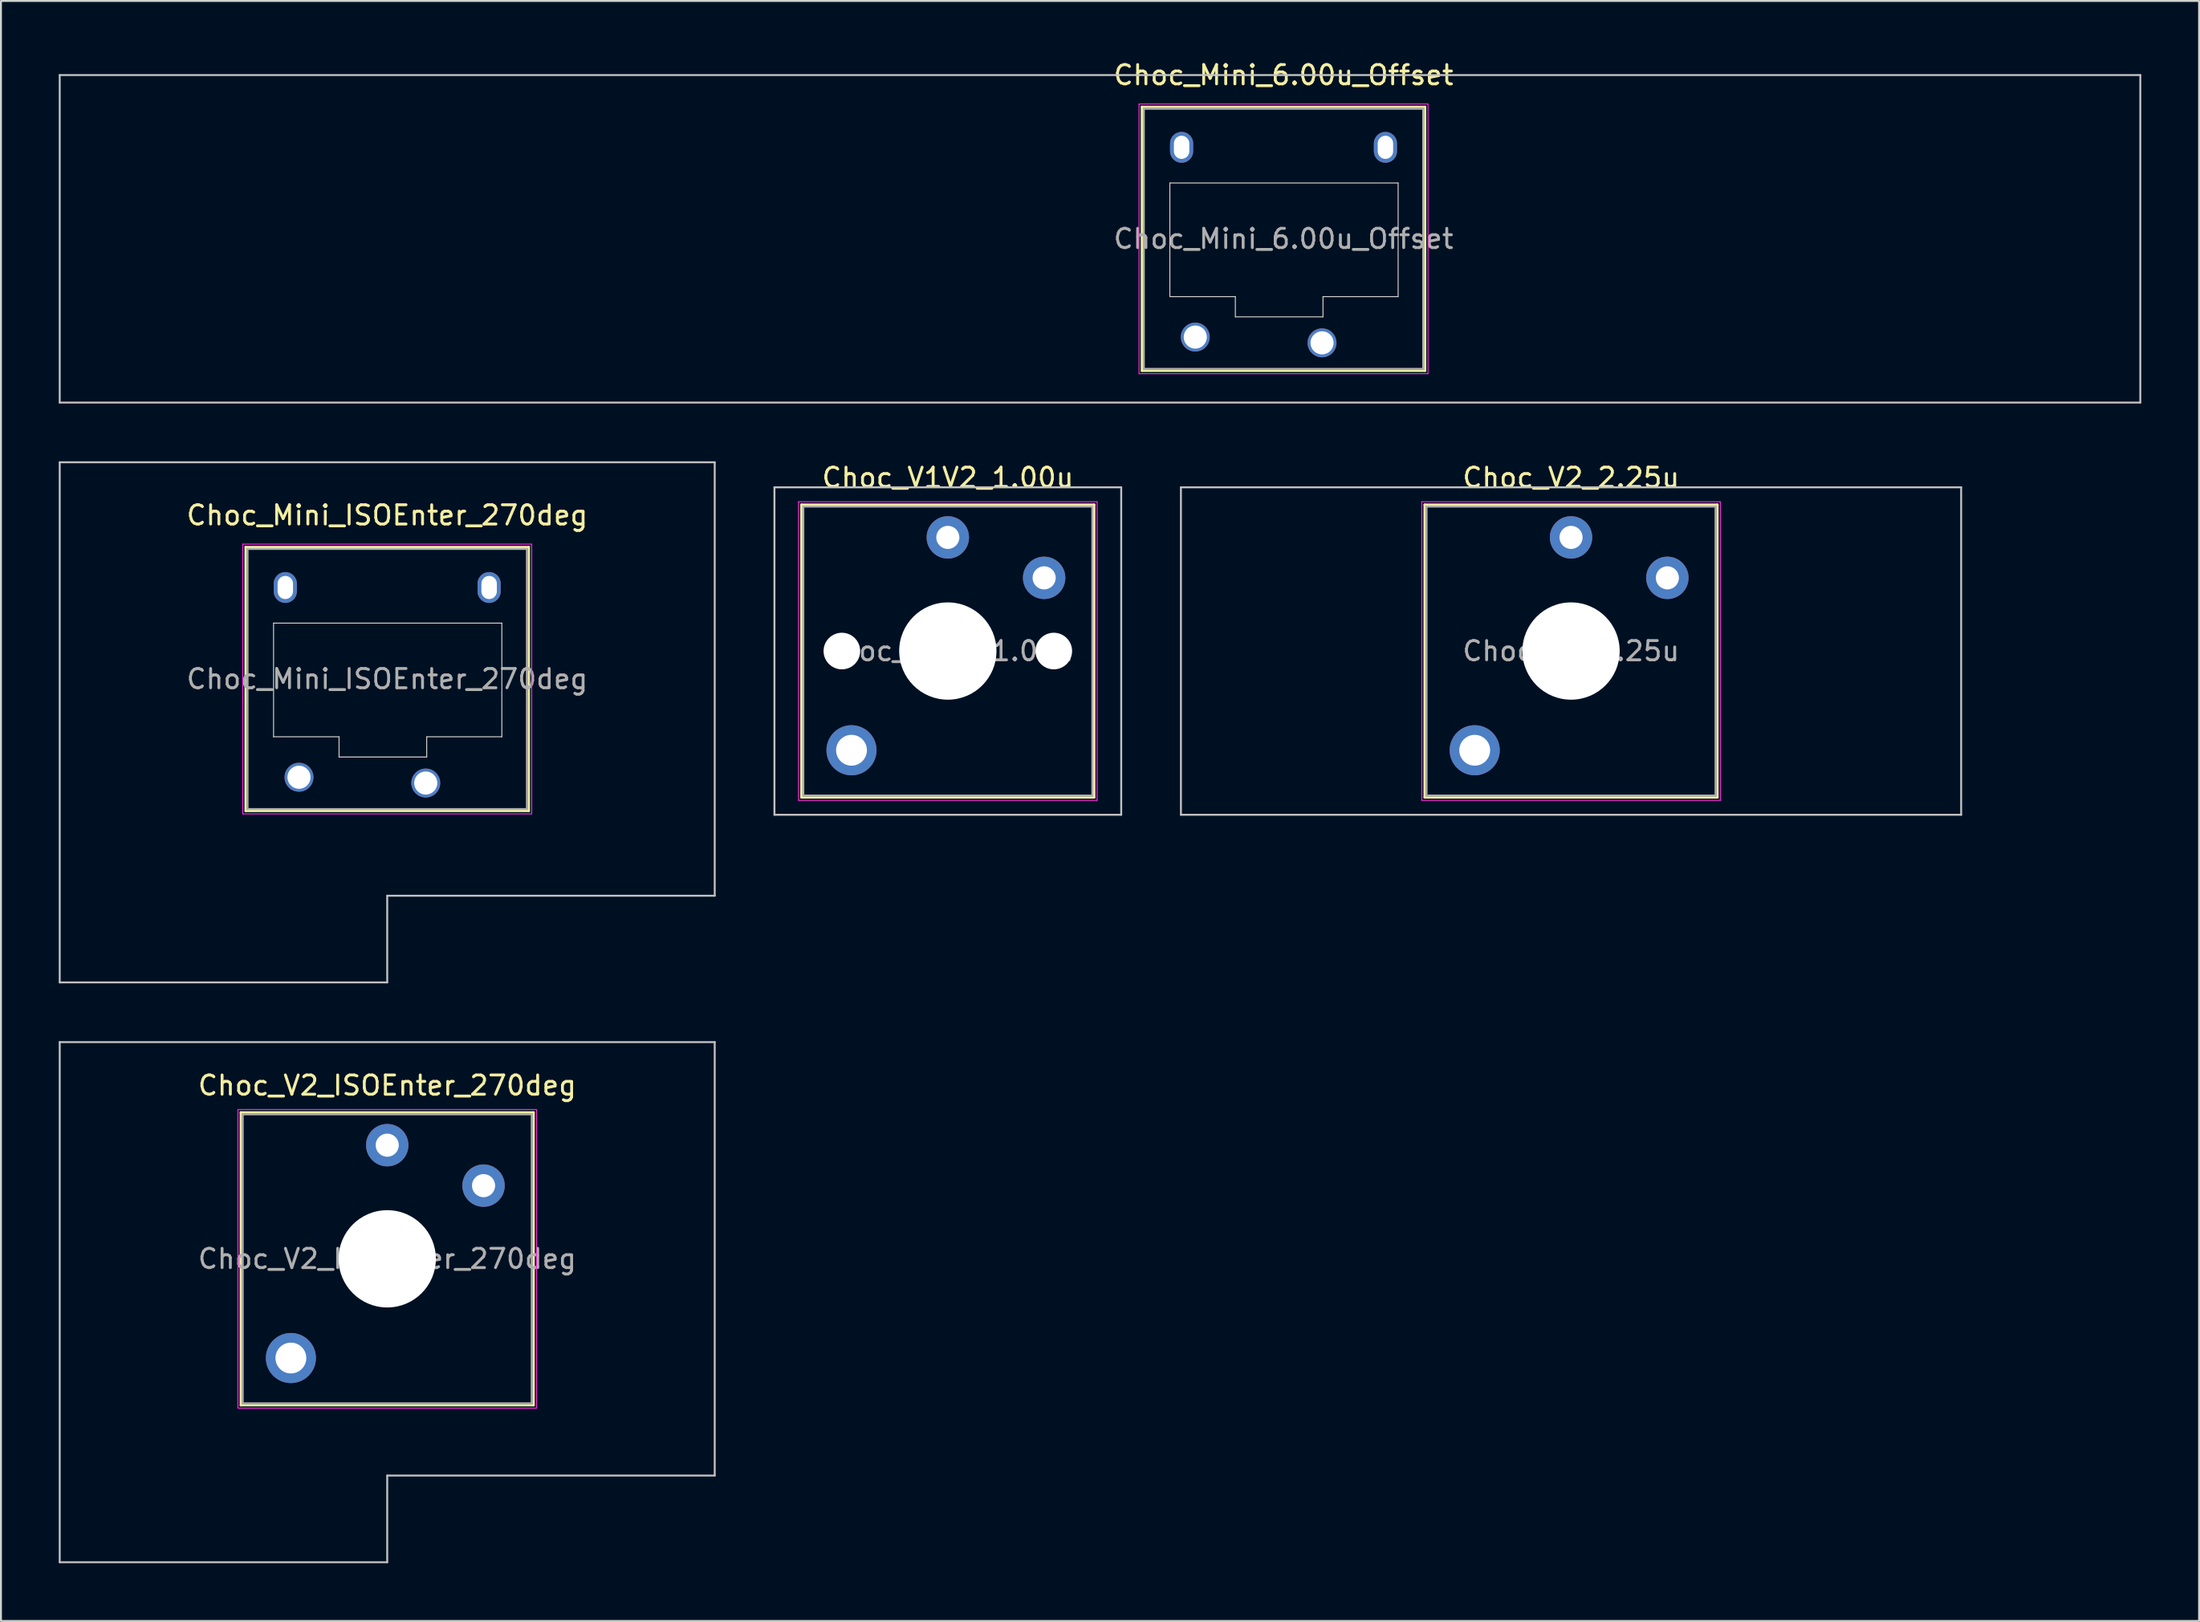
<source format=kicad_pcb>
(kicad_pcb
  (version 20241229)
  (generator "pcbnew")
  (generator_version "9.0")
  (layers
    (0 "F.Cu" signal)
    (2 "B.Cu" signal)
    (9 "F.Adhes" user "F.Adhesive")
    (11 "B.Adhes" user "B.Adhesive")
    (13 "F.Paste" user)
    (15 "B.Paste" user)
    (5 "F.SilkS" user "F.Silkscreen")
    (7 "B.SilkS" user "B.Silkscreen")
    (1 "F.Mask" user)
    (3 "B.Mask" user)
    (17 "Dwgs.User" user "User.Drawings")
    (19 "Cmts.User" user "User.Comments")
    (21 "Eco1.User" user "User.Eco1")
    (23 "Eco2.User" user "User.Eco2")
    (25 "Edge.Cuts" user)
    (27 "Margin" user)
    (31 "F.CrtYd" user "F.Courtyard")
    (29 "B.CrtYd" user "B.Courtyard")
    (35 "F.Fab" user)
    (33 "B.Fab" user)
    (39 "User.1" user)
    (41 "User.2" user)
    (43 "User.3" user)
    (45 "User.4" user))
  (footprint "Choc_Mini_6.00u_Offset"
    (layer "F.Cu")
    (at 63.575 9.348)
    (property "Reference" "Choc_Mini_6.00u_Offset" (at 0 -8.5 0) (layer "F.SilkS") (effects (font (size 1 1) (thickness 0.15))))
    (attr through_hole)
    (fp_line (start -7.35 -6.85) (end -7.35 6.85) (stroke (width 0.12) (type solid)) (layer "F.SilkS"))
    (fp_line (start -7.35 6.85) (end 7.35 6.85) (stroke (width 0.12) (type solid)) (layer "F.SilkS"))
    (fp_line (start 7.35 -6.85) (end -7.35 -6.85) (stroke (width 0.12) (type solid)) (layer "F.SilkS"))
    (fp_line (start 7.35 6.85) (end 7.35 -6.85) (stroke (width 0.12) (type solid)) (layer "F.SilkS"))
    (fp_line (start -63.525 -8.5) (end -63.525 8.5) (stroke (width 0.1) (type solid)) (layer "Dwgs.User"))
    (fp_line (start -63.525 8.5) (end 44.475 8.5) (stroke (width 0.1) (type solid)) (layer "Dwgs.User"))
    (fp_line (start 44.475 -8.5) (end -63.525 -8.5) (stroke (width 0.1) (type solid)) (layer "Dwgs.User"))
    (fp_line (start 44.475 8.5) (end 44.475 -8.5) (stroke (width 0.1) (type solid)) (layer "Dwgs.User"))
    (fp_line (start -6.85 -6.35) (end -6.85 6.35) (stroke (width 0.1) (type solid)) (layer "Eco1.User"))
    (fp_line (start -6.85 6.35) (end 6.85 6.35) (stroke (width 0.1) (type solid)) (layer "Eco1.User"))
    (fp_line (start 6.85 -6.35) (end -6.85 -6.35) (stroke (width 0.1) (type solid)) (layer "Eco1.User"))
    (fp_line (start 6.85 6.35) (end 6.85 -6.35) (stroke (width 0.1) (type solid)) (layer "Eco1.User"))
    (fp_line (start -5.9 -2.9) (end -5.9 3) (stroke (width 0.05) (type solid)) (layer "Edge.Cuts"))
    (fp_line (start -5.9 3) (end -2.5 3) (stroke (width 0.05) (type solid)) (layer "Edge.Cuts"))
    (fp_line (start -2.5 3) (end -2.5 4.05) (stroke (width 0.05) (type solid)) (layer "Edge.Cuts"))
    (fp_line (start -2.5 4.05) (end 2.05 4.05) (stroke (width 0.05) (type solid)) (layer "Edge.Cuts"))
    (fp_line (start 2.05 3) (end 5.95 3) (stroke (width 0.05) (type solid)) (layer "Edge.Cuts"))
    (fp_line (start 2.05 4.05) (end 2.05 3) (stroke (width 0.05) (type solid)) (layer "Edge.Cuts"))
    (fp_line (start 5.95 -2.9) (end -5.9 -2.9) (stroke (width 0.05) (type solid)) (layer "Edge.Cuts"))
    (fp_line (start 5.95 3) (end 5.95 -2.9) (stroke (width 0.05) (type solid)) (layer "Edge.Cuts"))
    (fp_line (start -7.5 -7) (end -7.5 7) (stroke (width 0.05) (type solid)) (layer "F.CrtYd"))
    (fp_line (start -7.5 7) (end 7.5 7) (stroke (width 0.05) (type solid)) (layer "F.CrtYd"))
    (fp_line (start 7.5 -7) (end -7.5 -7) (stroke (width 0.05) (type solid)) (layer "F.CrtYd"))
    (fp_line (start 7.5 7) (end 7.5 -7) (stroke (width 0.05) (type solid)) (layer "F.CrtYd"))
    (fp_line (start -7.25 -6.75) (end -7.25 6.75) (stroke (width 0.1) (type solid)) (layer "F.Fab"))
    (fp_line (start -7.25 6.75) (end 7.25 6.75) (stroke (width 0.1) (type solid)) (layer "F.Fab"))
    (fp_line (start 7.25 -6.75) (end -7.25 -6.75) (stroke (width 0.1) (type solid)) (layer "F.Fab"))
    (fp_line (start 7.25 6.75) (end 7.25 -6.75) (stroke (width 0.1) (type solid)) (layer "F.Fab"))
    (fp_text user "${REFERENCE}" (at 0 0 0) (layer "F.Fab") (effects (font (size 1 1) (thickness 0.15))))
    (pad "" np_thru_hole oval (at -5.29 -4.75) (size 1.2 1.6) (drill oval 0.8 1.2) (layers "*.Cu" "*.Mask"))
    (pad "" np_thru_hole oval (at 5.29 -4.75) (size 1.2 1.6) (drill oval 0.8 1.2) (layers "*.Cu" "*.Mask"))
    (pad "1" thru_hole circle (at 2 5.4) (size 1.5 1.5) (drill 1.2) (layers "*.Cu" "*.Mask"))
    (pad "2" thru_hole circle (at -4.58 5.1) (size 1.5 1.5) (drill 1.2) (layers "*.Cu" "*.Mask")))
  (footprint "Choc_V2_2.25u"
    (layer "F.Cu")
    (at 78.5 30.747)
    (property "Reference" "Choc_V2_2.25u" (at 0 -9 0) (layer "F.SilkS") (effects (font (size 1 1) (thickness 0.15))))
    (attr through_hole)
    (fp_line (start -7.6 -7.6) (end -7.6 7.6) (stroke (width 0.12) (type solid)) (layer "F.SilkS"))
    (fp_line (start -7.6 7.6) (end 7.6 7.6) (stroke (width 0.12) (type solid)) (layer "F.SilkS"))
    (fp_line (start 7.6 -7.6) (end -7.6 -7.6) (stroke (width 0.12) (type solid)) (layer "F.SilkS"))
    (fp_line (start 7.6 7.6) (end 7.6 -7.6) (stroke (width 0.12) (type solid)) (layer "F.SilkS"))
    (fp_line (start -20.25 -8.5) (end -20.25 8.5) (stroke (width 0.1) (type solid)) (layer "Dwgs.User"))
    (fp_line (start -20.25 8.5) (end 20.25 8.5) (stroke (width 0.1) (type solid)) (layer "Dwgs.User"))
    (fp_line (start 20.25 -8.5) (end -20.25 -8.5) (stroke (width 0.1) (type solid)) (layer "Dwgs.User"))
    (fp_line (start 20.25 8.5) (end 20.25 -8.5) (stroke (width 0.1) (type solid)) (layer "Dwgs.User"))
    (fp_line (start -7.25 -7.25) (end -7.25 7.25) (stroke (width 0.1) (type solid)) (layer "Eco1.User"))
    (fp_line (start -7.25 7.25) (end 7.25 7.25) (stroke (width 0.1) (type solid)) (layer "Eco1.User"))
    (fp_line (start 7.25 -7.25) (end -7.25 -7.25) (stroke (width 0.1) (type solid)) (layer "Eco1.User"))
    (fp_line (start 7.25 7.25) (end 7.25 -7.25) (stroke (width 0.1) (type solid)) (layer "Eco1.User"))
    (fp_line (start -7.75 -7.75) (end -7.75 7.75) (stroke (width 0.05) (type solid)) (layer "F.CrtYd"))
    (fp_line (start -7.75 7.75) (end 7.75 7.75) (stroke (width 0.05) (type solid)) (layer "F.CrtYd"))
    (fp_line (start 7.75 -7.75) (end -7.75 -7.75) (stroke (width 0.05) (type solid)) (layer "F.CrtYd"))
    (fp_line (start 7.75 7.75) (end 7.75 -7.75) (stroke (width 0.05) (type solid)) (layer "F.CrtYd"))
    (fp_line (start -7.5 -7.5) (end -7.5 7.5) (stroke (width 0.1) (type solid)) (layer "F.Fab"))
    (fp_line (start -7.5 7.5) (end 7.5 7.5) (stroke (width 0.1) (type solid)) (layer "F.Fab"))
    (fp_line (start 7.5 -7.5) (end -7.5 -7.5) (stroke (width 0.1) (type solid)) (layer "F.Fab"))
    (fp_line (start 7.5 7.5) (end 7.5 -7.5) (stroke (width 0.1) (type solid)) (layer "F.Fab"))
    (fp_text user "${REFERENCE}" (at 0 0 0) (layer "F.Fab") (effects (font (size 1 1) (thickness 0.15))))
    (pad "" thru_hole circle (at -5 5.15) (size 2.6 2.6) (drill 1.6) (layers "*.Cu" "*.Mask"))
    (pad "" np_thru_hole circle (at 0 0) (size 5.05 5.05) (drill 5.05) (layers "*.Cu" "*.Mask"))
    (pad "1" thru_hole circle (at 0 -5.9) (size 2.2 2.2) (drill 1.2) (layers "*.Cu" "*.Mask"))
    (pad "2" thru_hole circle (at 5 -3.8) (size 2.2 2.2) (drill 1.2) (layers "*.Cu" "*.Mask")))
  (footprint "Choc_V1V2_1.00u"
    (layer "F.Cu")
    (at 46.15 30.747)
    (property "Reference" "Choc_V1V2_1.00u" (at 0 -9 0) (layer "F.SilkS") (effects (font (size 1 1) (thickness 0.15))))
    (attr through_hole)
    (fp_line (start -7.6 -7.6) (end -7.6 7.6) (stroke (width 0.12) (type solid)) (layer "F.SilkS"))
    (fp_line (start -7.6 7.6) (end 7.6 7.6) (stroke (width 0.12) (type solid)) (layer "F.SilkS"))
    (fp_line (start 7.6 -7.6) (end -7.6 -7.6) (stroke (width 0.12) (type solid)) (layer "F.SilkS"))
    (fp_line (start 7.6 7.6) (end 7.6 -7.6) (stroke (width 0.12) (type solid)) (layer "F.SilkS"))
    (fp_line (start -9 -8.5) (end -9 8.5) (stroke (width 0.1) (type solid)) (layer "Dwgs.User"))
    (fp_line (start -9 8.5) (end 9 8.5) (stroke (width 0.1) (type solid)) (layer "Dwgs.User"))
    (fp_line (start 9 -8.5) (end -9 -8.5) (stroke (width 0.1) (type solid)) (layer "Dwgs.User"))
    (fp_line (start 9 8.5) (end 9 -8.5) (stroke (width 0.1) (type solid)) (layer "Dwgs.User"))
    (fp_line (start -7.25 -7.25) (end -7.25 7.25) (stroke (width 0.1) (type solid)) (layer "Eco1.User"))
    (fp_line (start -7.25 7.25) (end 7.25 7.25) (stroke (width 0.1) (type solid)) (layer "Eco1.User"))
    (fp_line (start 7.25 -7.25) (end -7.25 -7.25) (stroke (width 0.1) (type solid)) (layer "Eco1.User"))
    (fp_line (start 7.25 7.25) (end 7.25 -7.25) (stroke (width 0.1) (type solid)) (layer "Eco1.User"))
    (fp_line (start -7.75 -7.75) (end -7.75 7.75) (stroke (width 0.05) (type solid)) (layer "F.CrtYd"))
    (fp_line (start -7.75 7.75) (end 7.75 7.75) (stroke (width 0.05) (type solid)) (layer "F.CrtYd"))
    (fp_line (start 7.75 -7.75) (end -7.75 -7.75) (stroke (width 0.05) (type solid)) (layer "F.CrtYd"))
    (fp_line (start 7.75 7.75) (end 7.75 -7.75) (stroke (width 0.05) (type solid)) (layer "F.CrtYd"))
    (fp_line (start -7.5 -7.5) (end -7.5 7.5) (stroke (width 0.1) (type solid)) (layer "F.Fab"))
    (fp_line (start -7.5 7.5) (end 7.5 7.5) (stroke (width 0.1) (type solid)) (layer "F.Fab"))
    (fp_line (start 7.5 -7.5) (end -7.5 -7.5) (stroke (width 0.1) (type solid)) (layer "F.Fab"))
    (fp_line (start 7.5 7.5) (end 7.5 -7.5) (stroke (width 0.1) (type solid)) (layer "F.Fab"))
    (fp_text user "${REFERENCE}" (at 0 0 0) (layer "F.Fab") (effects (font (size 1 1) (thickness 0.15))))
    (pad "" np_thru_hole circle (at -5.5 0) (size 1.9 1.9) (drill 1.9) (layers "*.Cu" "*.Mask"))
    (pad "" thru_hole circle (at -5 5.15) (size 2.6 2.6) (drill 1.6) (layers "*.Cu" "*.Mask"))
    (pad "" np_thru_hole circle (at 0 0) (size 5.05 5.05) (drill 5.05) (layers "*.Cu" "*.Mask"))
    (pad "" np_thru_hole circle (at 5.5 0) (size 1.9 1.9) (drill 1.9) (layers "*.Cu" "*.Mask"))
    (pad "1" thru_hole circle (at 0 -5.9) (size 2.2 2.2) (drill 1.2) (layers "*.Cu" "*.Mask"))
    (pad "2" thru_hole circle (at 5 -3.8) (size 2.2 2.2) (drill 1.2) (layers "*.Cu" "*.Mask")))
  (footprint "Choc_Mini_ISOEnter_270deg"
    (layer "F.Cu")
    (at 17.05 32.198)
    (property "Reference" "Choc_Mini_ISOEnter_270deg" (at 0 -8.5 0) (layer "F.SilkS") (effects (font (size 1 1) (thickness 0.15))))
    (attr through_hole)
    (fp_line (start -7.35 -6.85) (end -7.35 6.85) (stroke (width 0.12) (type solid)) (layer "F.SilkS"))
    (fp_line (start -7.35 6.85) (end 7.35 6.85) (stroke (width 0.12) (type solid)) (layer "F.SilkS"))
    (fp_line (start 7.35 -6.85) (end -7.35 -6.85) (stroke (width 0.12) (type solid)) (layer "F.SilkS"))
    (fp_line (start 7.35 6.85) (end 7.35 -6.85) (stroke (width 0.12) (type solid)) (layer "F.SilkS"))
    (fp_line (start -17 -11.25) (end -17 15.75) (stroke (width 0.1) (type solid)) (layer "Dwgs.User"))
    (fp_line (start -17 15.75) (end 0 15.75) (stroke (width 0.1) (type solid)) (layer "Dwgs.User"))
    (fp_line (start 0 11.25) (end 17 11.25) (stroke (width 0.1) (type solid)) (layer "Dwgs.User"))
    (fp_line (start 0 15.75) (end 0 11.25) (stroke (width 0.1) (type solid)) (layer "Dwgs.User"))
    (fp_line (start 17 -11.25) (end -17 -11.25) (stroke (width 0.1) (type solid)) (layer "Dwgs.User"))
    (fp_line (start 17 11.25) (end 17 -11.25) (stroke (width 0.1) (type solid)) (layer "Dwgs.User"))
    (fp_line (start -6.85 -6.35) (end -6.85 6.35) (stroke (width 0.1) (type solid)) (layer "Eco1.User"))
    (fp_line (start -6.85 6.35) (end 6.85 6.35) (stroke (width 0.1) (type solid)) (layer "Eco1.User"))
    (fp_line (start 6.85 -6.35) (end -6.85 -6.35) (stroke (width 0.1) (type solid)) (layer "Eco1.User"))
    (fp_line (start 6.85 6.35) (end 6.85 -6.35) (stroke (width 0.1) (type solid)) (layer "Eco1.User"))
    (fp_line (start -5.9 -2.9) (end -5.9 3) (stroke (width 0.05) (type solid)) (layer "Edge.Cuts"))
    (fp_line (start -5.9 3) (end -2.5 3) (stroke (width 0.05) (type solid)) (layer "Edge.Cuts"))
    (fp_line (start -2.5 3) (end -2.5 4.05) (stroke (width 0.05) (type solid)) (layer "Edge.Cuts"))
    (fp_line (start -2.5 4.05) (end 2.05 4.05) (stroke (width 0.05) (type solid)) (layer "Edge.Cuts"))
    (fp_line (start 2.05 3) (end 5.95 3) (stroke (width 0.05) (type solid)) (layer "Edge.Cuts"))
    (fp_line (start 2.05 4.05) (end 2.05 3) (stroke (width 0.05) (type solid)) (layer "Edge.Cuts"))
    (fp_line (start 5.95 -2.9) (end -5.9 -2.9) (stroke (width 0.05) (type solid)) (layer "Edge.Cuts"))
    (fp_line (start 5.95 3) (end 5.95 -2.9) (stroke (width 0.05) (type solid)) (layer "Edge.Cuts"))
    (fp_line (start -7.5 -7) (end -7.5 7) (stroke (width 0.05) (type solid)) (layer "F.CrtYd"))
    (fp_line (start -7.5 7) (end 7.5 7) (stroke (width 0.05) (type solid)) (layer "F.CrtYd"))
    (fp_line (start 7.5 -7) (end -7.5 -7) (stroke (width 0.05) (type solid)) (layer "F.CrtYd"))
    (fp_line (start 7.5 7) (end 7.5 -7) (stroke (width 0.05) (type solid)) (layer "F.CrtYd"))
    (fp_line (start -7.25 -6.75) (end -7.25 6.75) (stroke (width 0.1) (type solid)) (layer "F.Fab"))
    (fp_line (start -7.25 6.75) (end 7.25 6.75) (stroke (width 0.1) (type solid)) (layer "F.Fab"))
    (fp_line (start 7.25 -6.75) (end -7.25 -6.75) (stroke (width 0.1) (type solid)) (layer "F.Fab"))
    (fp_line (start 7.25 6.75) (end 7.25 -6.75) (stroke (width 0.1) (type solid)) (layer "F.Fab"))
    (fp_text user "${REFERENCE}" (at 0 0 0) (layer "F.Fab") (effects (font (size 1 1) (thickness 0.15))))
    (pad "" np_thru_hole oval (at -5.29 -4.75) (size 1.2 1.6) (drill oval 0.8 1.2) (layers "*.Cu" "*.Mask"))
    (pad "" np_thru_hole oval (at 5.29 -4.75) (size 1.2 1.6) (drill oval 0.8 1.2) (layers "*.Cu" "*.Mask"))
    (pad "1" thru_hole circle (at 2 5.4) (size 1.5 1.5) (drill 1.2) (layers "*.Cu" "*.Mask"))
    (pad "2" thru_hole circle (at -4.58 5.1) (size 1.5 1.5) (drill 1.2) (layers "*.Cu" "*.Mask")))
  (footprint "Choc_V2_ISOEnter_270deg"
    (layer "F.Cu")
    (at 17.05 62.298)
    (property "Reference" "Choc_V2_ISOEnter_270deg" (at 0 -9 0) (layer "F.SilkS") (effects (font (size 1 1) (thickness 0.15))))
    (attr through_hole)
    (fp_line (start -7.6 -7.6) (end -7.6 7.6) (stroke (width 0.12) (type solid)) (layer "F.SilkS"))
    (fp_line (start -7.6 7.6) (end 7.6 7.6) (stroke (width 0.12) (type solid)) (layer "F.SilkS"))
    (fp_line (start 7.6 -7.6) (end -7.6 -7.6) (stroke (width 0.12) (type solid)) (layer "F.SilkS"))
    (fp_line (start 7.6 7.6) (end 7.6 -7.6) (stroke (width 0.12) (type solid)) (layer "F.SilkS"))
    (fp_line (start -17 -11.25) (end -17 15.75) (stroke (width 0.1) (type solid)) (layer "Dwgs.User"))
    (fp_line (start -17 15.75) (end 0 15.75) (stroke (width 0.1) (type solid)) (layer "Dwgs.User"))
    (fp_line (start 0 11.25) (end 17 11.25) (stroke (width 0.1) (type solid)) (layer "Dwgs.User"))
    (fp_line (start 0 15.75) (end 0 11.25) (stroke (width 0.1) (type solid)) (layer "Dwgs.User"))
    (fp_line (start 17 -11.25) (end -17 -11.25) (stroke (width 0.1) (type solid)) (layer "Dwgs.User"))
    (fp_line (start 17 11.25) (end 17 -11.25) (stroke (width 0.1) (type solid)) (layer "Dwgs.User"))
    (fp_line (start -7.25 -7.25) (end -7.25 7.25) (stroke (width 0.1) (type solid)) (layer "Eco1.User"))
    (fp_line (start -7.25 7.25) (end 7.25 7.25) (stroke (width 0.1) (type solid)) (layer "Eco1.User"))
    (fp_line (start 7.25 -7.25) (end -7.25 -7.25) (stroke (width 0.1) (type solid)) (layer "Eco1.User"))
    (fp_line (start 7.25 7.25) (end 7.25 -7.25) (stroke (width 0.1) (type solid)) (layer "Eco1.User"))
    (fp_line (start -7.75 -7.75) (end -7.75 7.75) (stroke (width 0.05) (type solid)) (layer "F.CrtYd"))
    (fp_line (start -7.75 7.75) (end 7.75 7.75) (stroke (width 0.05) (type solid)) (layer "F.CrtYd"))
    (fp_line (start 7.75 -7.75) (end -7.75 -7.75) (stroke (width 0.05) (type solid)) (layer "F.CrtYd"))
    (fp_line (start 7.75 7.75) (end 7.75 -7.75) (stroke (width 0.05) (type solid)) (layer "F.CrtYd"))
    (fp_line (start -7.5 -7.5) (end -7.5 7.5) (stroke (width 0.1) (type solid)) (layer "F.Fab"))
    (fp_line (start -7.5 7.5) (end 7.5 7.5) (stroke (width 0.1) (type solid)) (layer "F.Fab"))
    (fp_line (start 7.5 -7.5) (end -7.5 -7.5) (stroke (width 0.1) (type solid)) (layer "F.Fab"))
    (fp_line (start 7.5 7.5) (end 7.5 -7.5) (stroke (width 0.1) (type solid)) (layer "F.Fab"))
    (fp_text user "${REFERENCE}" (at 0 0 0) (layer "F.Fab") (effects (font (size 1 1) (thickness 0.15))))
    (pad "" thru_hole circle (at -5 5.15) (size 2.6 2.6) (drill 1.6) (layers "*.Cu" "*.Mask"))
    (pad "" np_thru_hole circle (at 0 0) (size 5.05 5.05) (drill 5.05) (layers "*.Cu" "*.Mask"))
    (pad "1" thru_hole circle (at 0 -5.9) (size 2.2 2.2) (drill 1.2) (layers "*.Cu" "*.Mask"))
    (pad "2" thru_hole circle (at 5 -3.8) (size 2.2 2.2) (drill 1.2) (layers "*.Cu" "*.Mask")))
  (gr_rect
    (start -3 -3)
    (end 111.1 81.098)
    (stroke (width 0.1) (type default))
    (fill no)
    (layer "Edge.Cuts")))
</source>
